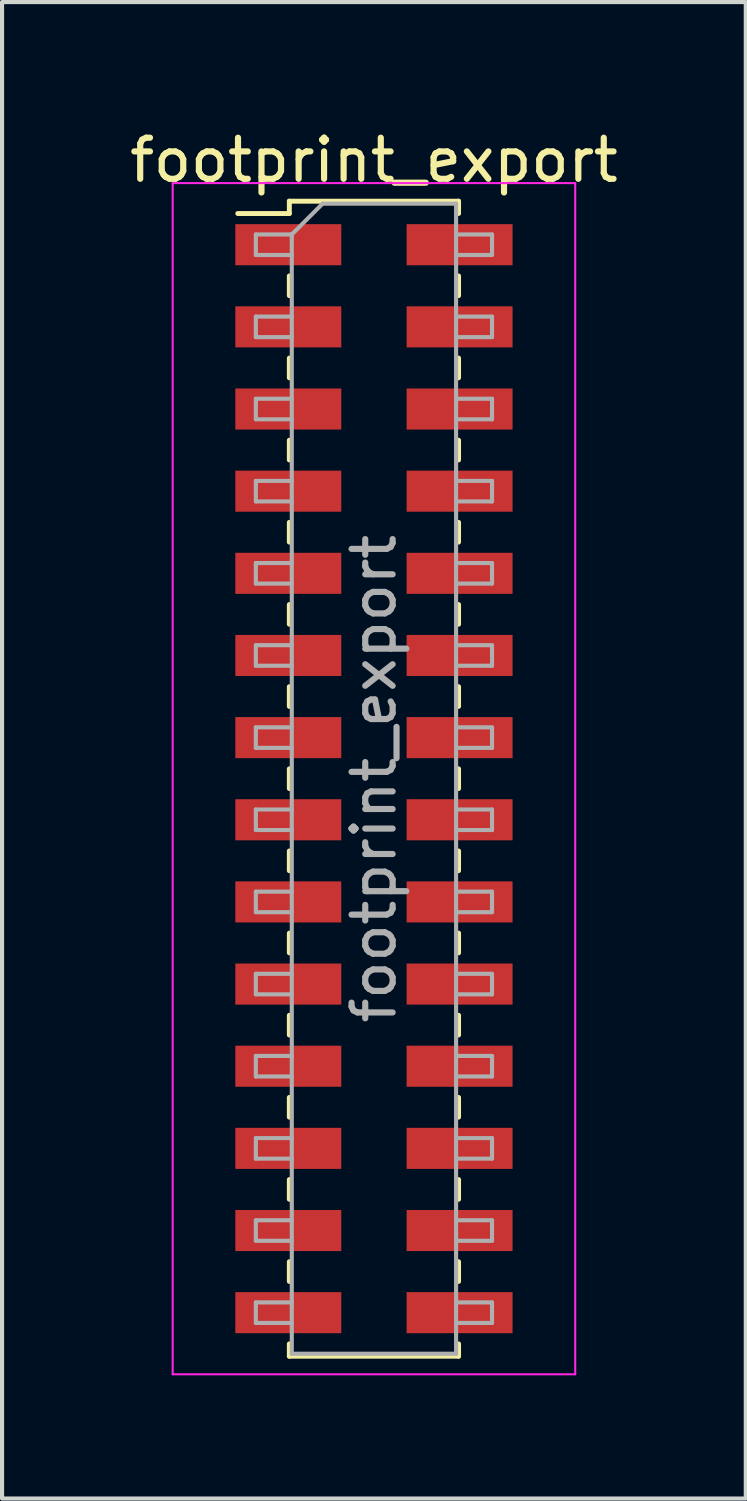
<source format=kicad_pcb>
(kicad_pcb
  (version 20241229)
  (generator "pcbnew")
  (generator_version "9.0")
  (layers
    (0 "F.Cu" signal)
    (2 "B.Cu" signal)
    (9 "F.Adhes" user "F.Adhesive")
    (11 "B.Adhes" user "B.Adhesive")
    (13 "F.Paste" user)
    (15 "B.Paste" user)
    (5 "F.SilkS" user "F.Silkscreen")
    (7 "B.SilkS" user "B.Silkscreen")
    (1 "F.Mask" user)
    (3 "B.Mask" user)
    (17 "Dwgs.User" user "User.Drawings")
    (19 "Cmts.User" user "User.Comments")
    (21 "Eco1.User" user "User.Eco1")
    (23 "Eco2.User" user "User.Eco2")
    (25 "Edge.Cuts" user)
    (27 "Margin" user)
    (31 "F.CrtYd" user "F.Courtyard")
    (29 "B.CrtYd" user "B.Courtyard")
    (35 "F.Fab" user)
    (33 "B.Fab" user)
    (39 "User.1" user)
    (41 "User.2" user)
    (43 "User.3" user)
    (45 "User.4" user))
  (footprint "footprint_export"
    (layer "F.Cu")
    (at 6.054 15.908)
    (property "Reference" "footprint_export" (at 0 -15.06 0) (layer "F.SilkS") (effects (font (size 1 1) (thickness 0.15))))
    (attr smd)
    (fp_line (start -3.315 -13.76) (end -2.06 -13.76) (stroke (width 0.12) (type solid)) (layer "F.SilkS"))
    (fp_line (start -2.06 -14.06) (end -2.06 -13.76) (stroke (width 0.12) (type solid)) (layer "F.SilkS"))
    (fp_line (start -2.06 -14.06) (end 2.06 -14.06) (stroke (width 0.12) (type solid)) (layer "F.SilkS"))
    (fp_line (start -2.06 -12.24) (end -2.06 -11.76) (stroke (width 0.12) (type solid)) (layer "F.SilkS"))
    (fp_line (start -2.06 -10.24) (end -2.06 -9.76) (stroke (width 0.12) (type solid)) (layer "F.SilkS"))
    (fp_line (start -2.06 -8.24) (end -2.06 -7.76) (stroke (width 0.12) (type solid)) (layer "F.SilkS"))
    (fp_line (start -2.06 -6.24) (end -2.06 -5.76) (stroke (width 0.12) (type solid)) (layer "F.SilkS"))
    (fp_line (start -2.06 -4.24) (end -2.06 -3.76) (stroke (width 0.12) (type solid)) (layer "F.SilkS"))
    (fp_line (start -2.06 -2.24) (end -2.06 -1.76) (stroke (width 0.12) (type solid)) (layer "F.SilkS"))
    (fp_line (start -2.06 -0.24) (end -2.06 0.24) (stroke (width 0.12) (type solid)) (layer "F.SilkS"))
    (fp_line (start -2.06 1.76) (end -2.06 2.24) (stroke (width 0.12) (type solid)) (layer "F.SilkS"))
    (fp_line (start -2.06 3.76) (end -2.06 4.24) (stroke (width 0.12) (type solid)) (layer "F.SilkS"))
    (fp_line (start -2.06 5.76) (end -2.06 6.24) (stroke (width 0.12) (type solid)) (layer "F.SilkS"))
    (fp_line (start -2.06 7.76) (end -2.06 8.24) (stroke (width 0.12) (type solid)) (layer "F.SilkS"))
    (fp_line (start -2.06 9.76) (end -2.06 10.24) (stroke (width 0.12) (type solid)) (layer "F.SilkS"))
    (fp_line (start -2.06 11.76) (end -2.06 12.24) (stroke (width 0.12) (type solid)) (layer "F.SilkS"))
    (fp_line (start -2.06 13.76) (end -2.06 14.06) (stroke (width 0.12) (type solid)) (layer "F.SilkS"))
    (fp_line (start -2.06 14.06) (end 2.06 14.06) (stroke (width 0.12) (type solid)) (layer "F.SilkS"))
    (fp_line (start 2.06 -14.06) (end 2.06 -13.76) (stroke (width 0.12) (type solid)) (layer "F.SilkS"))
    (fp_line (start 2.06 -12.24) (end 2.06 -11.76) (stroke (width 0.12) (type solid)) (layer "F.SilkS"))
    (fp_line (start 2.06 -10.24) (end 2.06 -9.76) (stroke (width 0.12) (type solid)) (layer "F.SilkS"))
    (fp_line (start 2.06 -8.24) (end 2.06 -7.76) (stroke (width 0.12) (type solid)) (layer "F.SilkS"))
    (fp_line (start 2.06 -6.24) (end 2.06 -5.76) (stroke (width 0.12) (type solid)) (layer "F.SilkS"))
    (fp_line (start 2.06 -4.24) (end 2.06 -3.76) (stroke (width 0.12) (type solid)) (layer "F.SilkS"))
    (fp_line (start 2.06 -2.24) (end 2.06 -1.76) (stroke (width 0.12) (type solid)) (layer "F.SilkS"))
    (fp_line (start 2.06 -0.24) (end 2.06 0.24) (stroke (width 0.12) (type solid)) (layer "F.SilkS"))
    (fp_line (start 2.06 1.76) (end 2.06 2.24) (stroke (width 0.12) (type solid)) (layer "F.SilkS"))
    (fp_line (start 2.06 3.76) (end 2.06 4.24) (stroke (width 0.12) (type solid)) (layer "F.SilkS"))
    (fp_line (start 2.06 5.76) (end 2.06 6.24) (stroke (width 0.12) (type solid)) (layer "F.SilkS"))
    (fp_line (start 2.06 7.76) (end 2.06 8.24) (stroke (width 0.12) (type solid)) (layer "F.SilkS"))
    (fp_line (start 2.06 9.76) (end 2.06 10.24) (stroke (width 0.12) (type solid)) (layer "F.SilkS"))
    (fp_line (start 2.06 11.76) (end 2.06 12.24) (stroke (width 0.12) (type solid)) (layer "F.SilkS"))
    (fp_line (start 2.06 13.76) (end 2.06 14.06) (stroke (width 0.12) (type solid)) (layer "F.SilkS"))
    (fp_line (start -4.9 -14.5) (end -4.9 14.5) (stroke (width 0.05) (type solid)) (layer "F.CrtYd"))
    (fp_line (start -4.9 14.5) (end 4.9 14.5) (stroke (width 0.05) (type solid)) (layer "F.CrtYd"))
    (fp_line (start 4.9 -14.5) (end -4.9 -14.5) (stroke (width 0.05) (type solid)) (layer "F.CrtYd"))
    (fp_line (start 4.9 14.5) (end 4.9 -14.5) (stroke (width 0.05) (type solid)) (layer "F.CrtYd"))
    (fp_line (start -2.875 -13.25) (end -2.875 -12.75) (stroke (width 0.1) (type solid)) (layer "F.Fab"))
    (fp_line (start -2.875 -12.75) (end -2 -12.75) (stroke (width 0.1) (type solid)) (layer "F.Fab"))
    (fp_line (start -2.875 -11.25) (end -2.875 -10.75) (stroke (width 0.1) (type solid)) (layer "F.Fab"))
    (fp_line (start -2.875 -10.75) (end -2 -10.75) (stroke (width 0.1) (type solid)) (layer "F.Fab"))
    (fp_line (start -2.875 -9.25) (end -2.875 -8.75) (stroke (width 0.1) (type solid)) (layer "F.Fab"))
    (fp_line (start -2.875 -8.75) (end -2 -8.75) (stroke (width 0.1) (type solid)) (layer "F.Fab"))
    (fp_line (start -2.875 -7.25) (end -2.875 -6.75) (stroke (width 0.1) (type solid)) (layer "F.Fab"))
    (fp_line (start -2.875 -6.75) (end -2 -6.75) (stroke (width 0.1) (type solid)) (layer "F.Fab"))
    (fp_line (start -2.875 -5.25) (end -2.875 -4.75) (stroke (width 0.1) (type solid)) (layer "F.Fab"))
    (fp_line (start -2.875 -4.75) (end -2 -4.75) (stroke (width 0.1) (type solid)) (layer "F.Fab"))
    (fp_line (start -2.875 -3.25) (end -2.875 -2.75) (stroke (width 0.1) (type solid)) (layer "F.Fab"))
    (fp_line (start -2.875 -2.75) (end -2 -2.75) (stroke (width 0.1) (type solid)) (layer "F.Fab"))
    (fp_line (start -2.875 -1.25) (end -2.875 -0.75) (stroke (width 0.1) (type solid)) (layer "F.Fab"))
    (fp_line (start -2.875 -0.75) (end -2 -0.75) (stroke (width 0.1) (type solid)) (layer "F.Fab"))
    (fp_line (start -2.875 0.75) (end -2.875 1.25) (stroke (width 0.1) (type solid)) (layer "F.Fab"))
    (fp_line (start -2.875 1.25) (end -2 1.25) (stroke (width 0.1) (type solid)) (layer "F.Fab"))
    (fp_line (start -2.875 2.75) (end -2.875 3.25) (stroke (width 0.1) (type solid)) (layer "F.Fab"))
    (fp_line (start -2.875 3.25) (end -2 3.25) (stroke (width 0.1) (type solid)) (layer "F.Fab"))
    (fp_line (start -2.875 4.75) (end -2.875 5.25) (stroke (width 0.1) (type solid)) (layer "F.Fab"))
    (fp_line (start -2.875 5.25) (end -2 5.25) (stroke (width 0.1) (type solid)) (layer "F.Fab"))
    (fp_line (start -2.875 6.75) (end -2.875 7.25) (stroke (width 0.1) (type solid)) (layer "F.Fab"))
    (fp_line (start -2.875 7.25) (end -2 7.25) (stroke (width 0.1) (type solid)) (layer "F.Fab"))
    (fp_line (start -2.875 8.75) (end -2.875 9.25) (stroke (width 0.1) (type solid)) (layer "F.Fab"))
    (fp_line (start -2.875 9.25) (end -2 9.25) (stroke (width 0.1) (type solid)) (layer "F.Fab"))
    (fp_line (start -2.875 10.75) (end -2.875 11.25) (stroke (width 0.1) (type solid)) (layer "F.Fab"))
    (fp_line (start -2.875 11.25) (end -2 11.25) (stroke (width 0.1) (type solid)) (layer "F.Fab"))
    (fp_line (start -2.875 12.75) (end -2.875 13.25) (stroke (width 0.1) (type solid)) (layer "F.Fab"))
    (fp_line (start -2.875 13.25) (end -2 13.25) (stroke (width 0.1) (type solid)) (layer "F.Fab"))
    (fp_line (start -2 -13.25) (end -2.875 -13.25) (stroke (width 0.1) (type solid)) (layer "F.Fab"))
    (fp_line (start -2 -13.25) (end -1.25 -14) (stroke (width 0.1) (type solid)) (layer "F.Fab"))
    (fp_line (start -2 -11.25) (end -2.875 -11.25) (stroke (width 0.1) (type solid)) (layer "F.Fab"))
    (fp_line (start -2 -9.25) (end -2.875 -9.25) (stroke (width 0.1) (type solid)) (layer "F.Fab"))
    (fp_line (start -2 -7.25) (end -2.875 -7.25) (stroke (width 0.1) (type solid)) (layer "F.Fab"))
    (fp_line (start -2 -5.25) (end -2.875 -5.25) (stroke (width 0.1) (type solid)) (layer "F.Fab"))
    (fp_line (start -2 -3.25) (end -2.875 -3.25) (stroke (width 0.1) (type solid)) (layer "F.Fab"))
    (fp_line (start -2 -1.25) (end -2.875 -1.25) (stroke (width 0.1) (type solid)) (layer "F.Fab"))
    (fp_line (start -2 0.75) (end -2.875 0.75) (stroke (width 0.1) (type solid)) (layer "F.Fab"))
    (fp_line (start -2 2.75) (end -2.875 2.75) (stroke (width 0.1) (type solid)) (layer "F.Fab"))
    (fp_line (start -2 4.75) (end -2.875 4.75) (stroke (width 0.1) (type solid)) (layer "F.Fab"))
    (fp_line (start -2 6.75) (end -2.875 6.75) (stroke (width 0.1) (type solid)) (layer "F.Fab"))
    (fp_line (start -2 8.75) (end -2.875 8.75) (stroke (width 0.1) (type solid)) (layer "F.Fab"))
    (fp_line (start -2 10.75) (end -2.875 10.75) (stroke (width 0.1) (type solid)) (layer "F.Fab"))
    (fp_line (start -2 12.75) (end -2.875 12.75) (stroke (width 0.1) (type solid)) (layer "F.Fab"))
    (fp_line (start -2 14) (end -2 -13.25) (stroke (width 0.1) (type solid)) (layer "F.Fab"))
    (fp_line (start -1.25 -14) (end 2 -14) (stroke (width 0.1) (type solid)) (layer "F.Fab"))
    (fp_line (start 2 -14) (end 2 14) (stroke (width 0.1) (type solid)) (layer "F.Fab"))
    (fp_line (start 2 -13.25) (end 2.875 -13.25) (stroke (width 0.1) (type solid)) (layer "F.Fab"))
    (fp_line (start 2 -11.25) (end 2.875 -11.25) (stroke (width 0.1) (type solid)) (layer "F.Fab"))
    (fp_line (start 2 -9.25) (end 2.875 -9.25) (stroke (width 0.1) (type solid)) (layer "F.Fab"))
    (fp_line (start 2 -7.25) (end 2.875 -7.25) (stroke (width 0.1) (type solid)) (layer "F.Fab"))
    (fp_line (start 2 -5.25) (end 2.875 -5.25) (stroke (width 0.1) (type solid)) (layer "F.Fab"))
    (fp_line (start 2 -3.25) (end 2.875 -3.25) (stroke (width 0.1) (type solid)) (layer "F.Fab"))
    (fp_line (start 2 -1.25) (end 2.875 -1.25) (stroke (width 0.1) (type solid)) (layer "F.Fab"))
    (fp_line (start 2 0.75) (end 2.875 0.75) (stroke (width 0.1) (type solid)) (layer "F.Fab"))
    (fp_line (start 2 2.75) (end 2.875 2.75) (stroke (width 0.1) (type solid)) (layer "F.Fab"))
    (fp_line (start 2 4.75) (end 2.875 4.75) (stroke (width 0.1) (type solid)) (layer "F.Fab"))
    (fp_line (start 2 6.75) (end 2.875 6.75) (stroke (width 0.1) (type solid)) (layer "F.Fab"))
    (fp_line (start 2 8.75) (end 2.875 8.75) (stroke (width 0.1) (type solid)) (layer "F.Fab"))
    (fp_line (start 2 10.75) (end 2.875 10.75) (stroke (width 0.1) (type solid)) (layer "F.Fab"))
    (fp_line (start 2 12.75) (end 2.875 12.75) (stroke (width 0.1) (type solid)) (layer "F.Fab"))
    (fp_line (start 2 14) (end -2 14) (stroke (width 0.1) (type solid)) (layer "F.Fab"))
    (fp_line (start 2.875 -13.25) (end 2.875 -12.75) (stroke (width 0.1) (type solid)) (layer "F.Fab"))
    (fp_line (start 2.875 -12.75) (end 2 -12.75) (stroke (width 0.1) (type solid)) (layer "F.Fab"))
    (fp_line (start 2.875 -11.25) (end 2.875 -10.75) (stroke (width 0.1) (type solid)) (layer "F.Fab"))
    (fp_line (start 2.875 -10.75) (end 2 -10.75) (stroke (width 0.1) (type solid)) (layer "F.Fab"))
    (fp_line (start 2.875 -9.25) (end 2.875 -8.75) (stroke (width 0.1) (type solid)) (layer "F.Fab"))
    (fp_line (start 2.875 -8.75) (end 2 -8.75) (stroke (width 0.1) (type solid)) (layer "F.Fab"))
    (fp_line (start 2.875 -7.25) (end 2.875 -6.75) (stroke (width 0.1) (type solid)) (layer "F.Fab"))
    (fp_line (start 2.875 -6.75) (end 2 -6.75) (stroke (width 0.1) (type solid)) (layer "F.Fab"))
    (fp_line (start 2.875 -5.25) (end 2.875 -4.75) (stroke (width 0.1) (type solid)) (layer "F.Fab"))
    (fp_line (start 2.875 -4.75) (end 2 -4.75) (stroke (width 0.1) (type solid)) (layer "F.Fab"))
    (fp_line (start 2.875 -3.25) (end 2.875 -2.75) (stroke (width 0.1) (type solid)) (layer "F.Fab"))
    (fp_line (start 2.875 -2.75) (end 2 -2.75) (stroke (width 0.1) (type solid)) (layer "F.Fab"))
    (fp_line (start 2.875 -1.25) (end 2.875 -0.75) (stroke (width 0.1) (type solid)) (layer "F.Fab"))
    (fp_line (start 2.875 -0.75) (end 2 -0.75) (stroke (width 0.1) (type solid)) (layer "F.Fab"))
    (fp_line (start 2.875 0.75) (end 2.875 1.25) (stroke (width 0.1) (type solid)) (layer "F.Fab"))
    (fp_line (start 2.875 1.25) (end 2 1.25) (stroke (width 0.1) (type solid)) (layer "F.Fab"))
    (fp_line (start 2.875 2.75) (end 2.875 3.25) (stroke (width 0.1) (type solid)) (layer "F.Fab"))
    (fp_line (start 2.875 3.25) (end 2 3.25) (stroke (width 0.1) (type solid)) (layer "F.Fab"))
    (fp_line (start 2.875 4.75) (end 2.875 5.25) (stroke (width 0.1) (type solid)) (layer "F.Fab"))
    (fp_line (start 2.875 5.25) (end 2 5.25) (stroke (width 0.1) (type solid)) (layer "F.Fab"))
    (fp_line (start 2.875 6.75) (end 2.875 7.25) (stroke (width 0.1) (type solid)) (layer "F.Fab"))
    (fp_line (start 2.875 7.25) (end 2 7.25) (stroke (width 0.1) (type solid)) (layer "F.Fab"))
    (fp_line (start 2.875 8.75) (end 2.875 9.25) (stroke (width 0.1) (type solid)) (layer "F.Fab"))
    (fp_line (start 2.875 9.25) (end 2 9.25) (stroke (width 0.1) (type solid)) (layer "F.Fab"))
    (fp_line (start 2.875 10.75) (end 2.875 11.25) (stroke (width 0.1) (type solid)) (layer "F.Fab"))
    (fp_line (start 2.875 11.25) (end 2 11.25) (stroke (width 0.1) (type solid)) (layer "F.Fab"))
    (fp_line (start 2.875 12.75) (end 2.875 13.25) (stroke (width 0.1) (type solid)) (layer "F.Fab"))
    (fp_line (start 2.875 13.25) (end 2 13.25) (stroke (width 0.1) (type solid)) (layer "F.Fab"))
    (fp_text user "${REFERENCE}" (at 0 0 90) (layer "F.Fab") (effects (font (size 1 1) (thickness 0.15))))
    (pad "1" smd rect (at -2.085 -13) (size 2.58 1) (layers "F.Cu" "F.Mask" "F.Paste"))
    (pad "2" smd rect (at 2.085 -13) (size 2.58 1) (layers "F.Cu" "F.Mask" "F.Paste"))
    (pad "3" smd rect (at -2.085 -11) (size 2.58 1) (layers "F.Cu" "F.Mask" "F.Paste"))
    (pad "4" smd rect (at 2.085 -11) (size 2.58 1) (layers "F.Cu" "F.Mask" "F.Paste"))
    (pad "5" smd rect (at -2.085 -9) (size 2.58 1) (layers "F.Cu" "F.Mask" "F.Paste"))
    (pad "6" smd rect (at 2.085 -9) (size 2.58 1) (layers "F.Cu" "F.Mask" "F.Paste"))
    (pad "7" smd rect (at -2.085 -7) (size 2.58 1) (layers "F.Cu" "F.Mask" "F.Paste"))
    (pad "8" smd rect (at 2.085 -7) (size 2.58 1) (layers "F.Cu" "F.Mask" "F.Paste"))
    (pad "9" smd rect (at -2.085 -5) (size 2.58 1) (layers "F.Cu" "F.Mask" "F.Paste"))
    (pad "10" smd rect (at 2.085 -5) (size 2.58 1) (layers "F.Cu" "F.Mask" "F.Paste"))
    (pad "11" smd rect (at -2.085 -3) (size 2.58 1) (layers "F.Cu" "F.Mask" "F.Paste"))
    (pad "12" smd rect (at 2.085 -3) (size 2.58 1) (layers "F.Cu" "F.Mask" "F.Paste"))
    (pad "13" smd rect (at -2.085 -1) (size 2.58 1) (layers "F.Cu" "F.Mask" "F.Paste"))
    (pad "14" smd rect (at 2.085 -1) (size 2.58 1) (layers "F.Cu" "F.Mask" "F.Paste"))
    (pad "15" smd rect (at -2.085 1) (size 2.58 1) (layers "F.Cu" "F.Mask" "F.Paste"))
    (pad "16" smd rect (at 2.085 1) (size 2.58 1) (layers "F.Cu" "F.Mask" "F.Paste"))
    (pad "17" smd rect (at -2.085 3) (size 2.58 1) (layers "F.Cu" "F.Mask" "F.Paste"))
    (pad "18" smd rect (at 2.085 3) (size 2.58 1) (layers "F.Cu" "F.Mask" "F.Paste"))
    (pad "19" smd rect (at -2.085 5) (size 2.58 1) (layers "F.Cu" "F.Mask" "F.Paste"))
    (pad "20" smd rect (at 2.085 5) (size 2.58 1) (layers "F.Cu" "F.Mask" "F.Paste"))
    (pad "21" smd rect (at -2.085 7) (size 2.58 1) (layers "F.Cu" "F.Mask" "F.Paste"))
    (pad "22" smd rect (at 2.085 7) (size 2.58 1) (layers "F.Cu" "F.Mask" "F.Paste"))
    (pad "23" smd rect (at -2.085 9) (size 2.58 1) (layers "F.Cu" "F.Mask" "F.Paste"))
    (pad "24" smd rect (at 2.085 9) (size 2.58 1) (layers "F.Cu" "F.Mask" "F.Paste"))
    (pad "25" smd rect (at -2.085 11) (size 2.58 1) (layers "F.Cu" "F.Mask" "F.Paste"))
    (pad "26" smd rect (at 2.085 11) (size 2.58 1) (layers "F.Cu" "F.Mask" "F.Paste"))
    (pad "27" smd rect (at -2.085 13) (size 2.58 1) (layers "F.Cu" "F.Mask" "F.Paste"))
    (pad "28" smd rect (at 2.085 13) (size 2.58 1) (layers "F.Cu" "F.Mask" "F.Paste")))
  (gr_rect
    (start -3 -3)
    (end 15.107 33.433)
    (stroke (width 0.1) (type default))
    (fill no)
    (layer "Edge.Cuts")))
</source>
